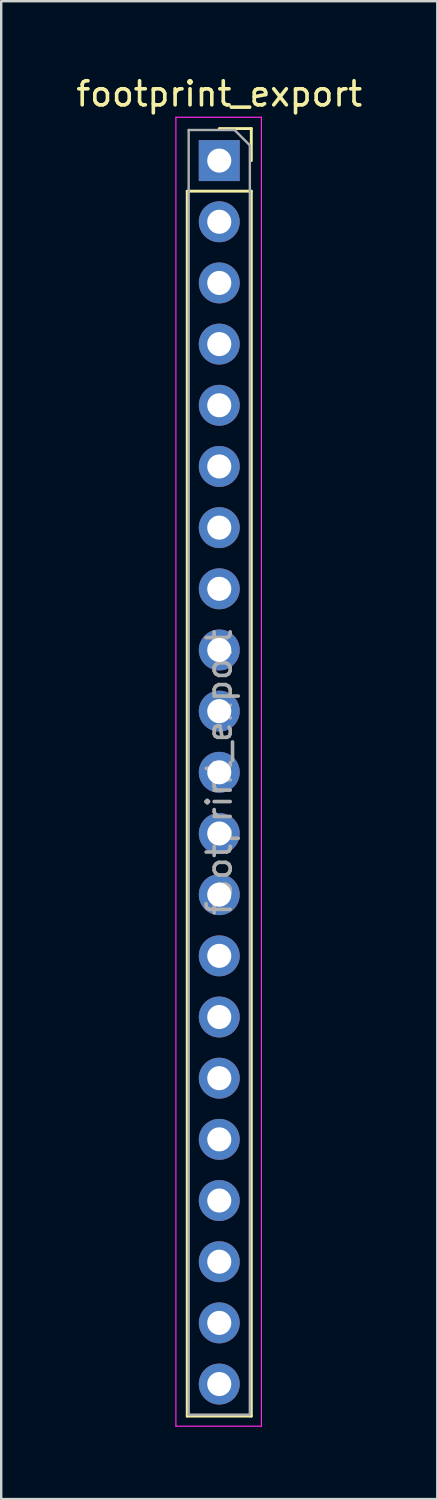
<source format=kicad_pcb>
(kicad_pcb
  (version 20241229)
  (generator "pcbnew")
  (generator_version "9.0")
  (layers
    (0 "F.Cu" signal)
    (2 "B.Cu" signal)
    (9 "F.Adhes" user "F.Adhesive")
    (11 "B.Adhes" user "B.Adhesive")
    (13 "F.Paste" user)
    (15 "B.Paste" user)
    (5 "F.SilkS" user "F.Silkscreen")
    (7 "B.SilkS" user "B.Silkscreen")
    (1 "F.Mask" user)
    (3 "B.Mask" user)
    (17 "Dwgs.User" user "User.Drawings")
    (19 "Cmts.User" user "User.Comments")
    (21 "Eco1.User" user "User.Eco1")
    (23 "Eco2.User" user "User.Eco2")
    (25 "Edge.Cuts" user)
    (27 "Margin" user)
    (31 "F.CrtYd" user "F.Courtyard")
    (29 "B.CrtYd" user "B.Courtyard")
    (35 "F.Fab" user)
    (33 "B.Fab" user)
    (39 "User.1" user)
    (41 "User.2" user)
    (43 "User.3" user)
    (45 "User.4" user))
  (footprint "footprint_export"
    (layer "F.Cu")
    (at 6.054 3.618)
    (property "Reference" "footprint_export" (at 0 -2.77 0) (layer "F.SilkS") (effects (font (size 1 1) (thickness 0.15))))
    (attr through_hole)
    (fp_line (start -1.33 1.27) (end -1.33 52.13) (stroke (width 0.12) (type solid)) (layer "F.SilkS"))
    (fp_line (start -1.33 1.27) (end 1.33 1.27) (stroke (width 0.12) (type solid)) (layer "F.SilkS"))
    (fp_line (start -1.33 52.13) (end 1.33 52.13) (stroke (width 0.12) (type solid)) (layer "F.SilkS"))
    (fp_line (start 0 -1.33) (end 1.33 -1.33) (stroke (width 0.12) (type solid)) (layer "F.SilkS"))
    (fp_line (start 1.33 -1.33) (end 1.33 0) (stroke (width 0.12) (type solid)) (layer "F.SilkS"))
    (fp_line (start 1.33 1.27) (end 1.33 52.13) (stroke (width 0.12) (type solid)) (layer "F.SilkS"))
    (fp_line (start -1.8 -1.8) (end 1.75 -1.8) (stroke (width 0.05) (type solid)) (layer "F.CrtYd"))
    (fp_line (start -1.8 52.55) (end -1.8 -1.8) (stroke (width 0.05) (type solid)) (layer "F.CrtYd"))
    (fp_line (start 1.75 -1.8) (end 1.75 52.55) (stroke (width 0.05) (type solid)) (layer "F.CrtYd"))
    (fp_line (start 1.75 52.55) (end -1.8 52.55) (stroke (width 0.05) (type solid)) (layer "F.CrtYd"))
    (fp_line (start -1.27 -1.27) (end 0.635 -1.27) (stroke (width 0.1) (type solid)) (layer "F.Fab"))
    (fp_line (start -1.27 52.07) (end -1.27 -1.27) (stroke (width 0.1) (type solid)) (layer "F.Fab"))
    (fp_line (start 0.635 -1.27) (end 1.27 -0.635) (stroke (width 0.1) (type solid)) (layer "F.Fab"))
    (fp_line (start 1.27 -0.635) (end 1.27 52.07) (stroke (width 0.1) (type solid)) (layer "F.Fab"))
    (fp_line (start 1.27 52.07) (end -1.27 52.07) (stroke (width 0.1) (type solid)) (layer "F.Fab"))
    (fp_text user "${REFERENCE}" (at 0 25.4 90) (layer "F.Fab") (effects (font (size 1 1) (thickness 0.15))))
    (pad "1" thru_hole rect (at 0 0) (size 1.7 1.7) (drill 1) (layers "*.Cu" "*.Mask"))
    (pad "2" thru_hole oval (at 0 2.54) (size 1.7 1.7) (drill 1) (layers "*.Cu" "*.Mask"))
    (pad "3" thru_hole oval (at 0 5.08) (size 1.7 1.7) (drill 1) (layers "*.Cu" "*.Mask"))
    (pad "4" thru_hole oval (at 0 7.62) (size 1.7 1.7) (drill 1) (layers "*.Cu" "*.Mask"))
    (pad "5" thru_hole oval (at 0 10.16) (size 1.7 1.7) (drill 1) (layers "*.Cu" "*.Mask"))
    (pad "6" thru_hole oval (at 0 12.7) (size 1.7 1.7) (drill 1) (layers "*.Cu" "*.Mask"))
    (pad "7" thru_hole oval (at 0 15.24) (size 1.7 1.7) (drill 1) (layers "*.Cu" "*.Mask"))
    (pad "8" thru_hole oval (at 0 17.78) (size 1.7 1.7) (drill 1) (layers "*.Cu" "*.Mask"))
    (pad "9" thru_hole oval (at 0 20.32) (size 1.7 1.7) (drill 1) (layers "*.Cu" "*.Mask"))
    (pad "10" thru_hole oval (at 0 22.86) (size 1.7 1.7) (drill 1) (layers "*.Cu" "*.Mask"))
    (pad "11" thru_hole oval (at 0 25.4) (size 1.7 1.7) (drill 1) (layers "*.Cu" "*.Mask"))
    (pad "12" thru_hole oval (at 0 27.94) (size 1.7 1.7) (drill 1) (layers "*.Cu" "*.Mask"))
    (pad "13" thru_hole oval (at 0 30.48) (size 1.7 1.7) (drill 1) (layers "*.Cu" "*.Mask"))
    (pad "14" thru_hole oval (at 0 33.02) (size 1.7 1.7) (drill 1) (layers "*.Cu" "*.Mask"))
    (pad "15" thru_hole oval (at 0 35.56) (size 1.7 1.7) (drill 1) (layers "*.Cu" "*.Mask"))
    (pad "16" thru_hole oval (at 0 38.1) (size 1.7 1.7) (drill 1) (layers "*.Cu" "*.Mask"))
    (pad "17" thru_hole oval (at 0 40.64) (size 1.7 1.7) (drill 1) (layers "*.Cu" "*.Mask"))
    (pad "18" thru_hole oval (at 0 43.18) (size 1.7 1.7) (drill 1) (layers "*.Cu" "*.Mask"))
    (pad "19" thru_hole oval (at 0 45.72) (size 1.7 1.7) (drill 1) (layers "*.Cu" "*.Mask"))
    (pad "20" thru_hole oval (at 0 48.26) (size 1.7 1.7) (drill 1) (layers "*.Cu" "*.Mask"))
    (pad "21" thru_hole oval (at 0 50.8) (size 1.7 1.7) (drill 1) (layers "*.Cu" "*.Mask")))
  (gr_rect
    (start -3 -3)
    (end 15.107 59.193)
    (stroke (width 0.1) (type default))
    (fill no)
    (layer "Edge.Cuts")))
</source>
